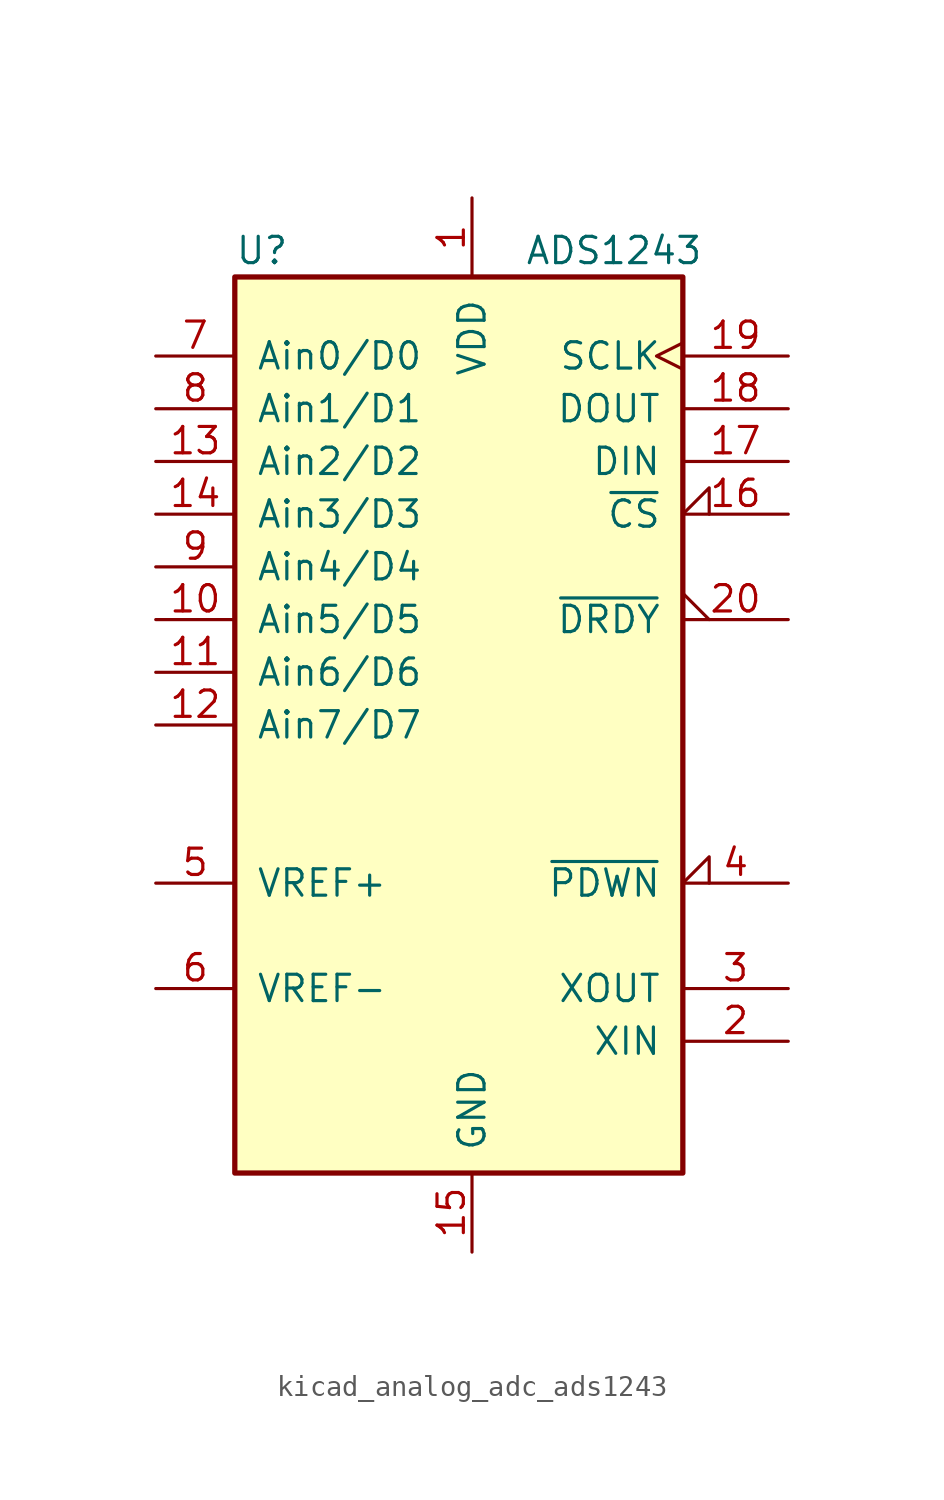
<source format=kicad_sym>
(kicad_symbol_lib
  (version 20220914)
  (generator kicad_symbol_editor)
  (symbol "kicad_analog_adc_ads1243"
    (pin_names
      (offset 1.016))
    (property "Reference" "U"
      (at -11.43 22.86 0)
      (effects (font (size 1.27 1.27)) (justify left)))
    (property "Value" "ADS1243"
      (at 2.54 22.86 0)
      (effects (font (size 1.27 1.27)) (justify left)))
    (symbol "kicad_analog_adc_ads1243_0_1"
      (rectangle (start -11.43 21.59) (end 10.16 -21.59) (stroke (width 0.254) (type default)) (fill (type background))))
    (symbol "kicad_analog_adc_ads1243_1_1"
      (pin power_in line (at 0 25.4 270) (length 3.81) (name "VDD" (effects (font (size 1.27 1.27)))) (number "1" (effects (font (size 1.27 1.27)))))
      (pin input line (at -15.24 5.08 0) (length 3.81) (name "Ain5/D5" (effects (font (size 1.27 1.27)))) (number "10" (effects (font (size 1.27 1.27)))))
      (pin input line (at -15.24 2.54 0) (length 3.81) (name "Ain6/D6" (effects (font (size 1.27 1.27)))) (number "11" (effects (font (size 1.27 1.27)))))
      (pin input line (at -15.24 0 0) (length 3.81) (name "Ain7/D7" (effects (font (size 1.27 1.27)))) (number "12" (effects (font (size 1.27 1.27)))))
      (pin input line (at -15.24 12.7 0) (length 3.81) (name "Ain2/D2" (effects (font (size 1.27 1.27)))) (number "13" (effects (font (size 1.27 1.27)))))
      (pin input line (at -15.24 10.16 0) (length 3.81) (name "Ain3/D3" (effects (font (size 1.27 1.27)))) (number "14" (effects (font (size 1.27 1.27)))))
      (pin power_in line (at 0 -25.4 90) (length 3.81) (name "GND" (effects (font (size 1.27 1.27)))) (number "15" (effects (font (size 1.27 1.27)))))
      (pin input input_low (at 15.24 10.16 180) (length 5.08) (name "~{CS}" (effects (font (size 1.27 1.27)))) (number "16" (effects (font (size 1.27 1.27)))))
      (pin input line (at 15.24 12.7 180) (length 5.08) (name "DIN" (effects (font (size 1.27 1.27)))) (number "17" (effects (font (size 1.27 1.27)))))
      (pin output line (at 15.24 15.24 180) (length 5.08) (name "DOUT" (effects (font (size 1.27 1.27)))) (number "18" (effects (font (size 1.27 1.27)))))
      (pin input clock (at 15.24 17.78 180) (length 5.08) (name "SCLK" (effects (font (size 1.27 1.27)))) (number "19" (effects (font (size 1.27 1.27)))))
      (pin input line (at 15.24 -15.24 180) (length 5.08) (name "XIN" (effects (font (size 1.27 1.27)))) (number "2" (effects (font (size 1.27 1.27)))))
      (pin open_collector output_low (at 15.24 5.08 180) (length 5.08) (name "~{DRDY}" (effects (font (size 1.27 1.27)))) (number "20" (effects (font (size 1.27 1.27)))))
      (pin output line (at 15.24 -12.7 180) (length 5.08) (name "XOUT" (effects (font (size 1.27 1.27)))) (number "3" (effects (font (size 1.27 1.27)))))
      (pin input input_low (at 15.24 -7.62 180) (length 5.08) (name "~{PDWN}" (effects (font (size 1.27 1.27)))) (number "4" (effects (font (size 1.27 1.27)))))
      (pin input line (at -15.24 -7.62 0) (length 3.81) (name "VREF+" (effects (font (size 1.27 1.27)))) (number "5" (effects (font (size 1.27 1.27)))))
      (pin input line (at -15.24 -12.7 0) (length 3.81) (name "VREF-" (effects (font (size 1.27 1.27)))) (number "6" (effects (font (size 1.27 1.27)))))
      (pin input line (at -15.24 17.78 0) (length 3.81) (name "Ain0/D0" (effects (font (size 1.27 1.27)))) (number "7" (effects (font (size 1.27 1.27)))))
      (pin input line (at -15.24 15.24 0) (length 3.81) (name "Ain1/D1" (effects (font (size 1.27 1.27)))) (number "8" (effects (font (size 1.27 1.27)))))
      (pin input line (at -15.24 7.62 0) (length 3.81) (name "Ain4/D4" (effects (font (size 1.27 1.27)))) (number "9" (effects (font (size 1.27 1.27))))))))
</source>
